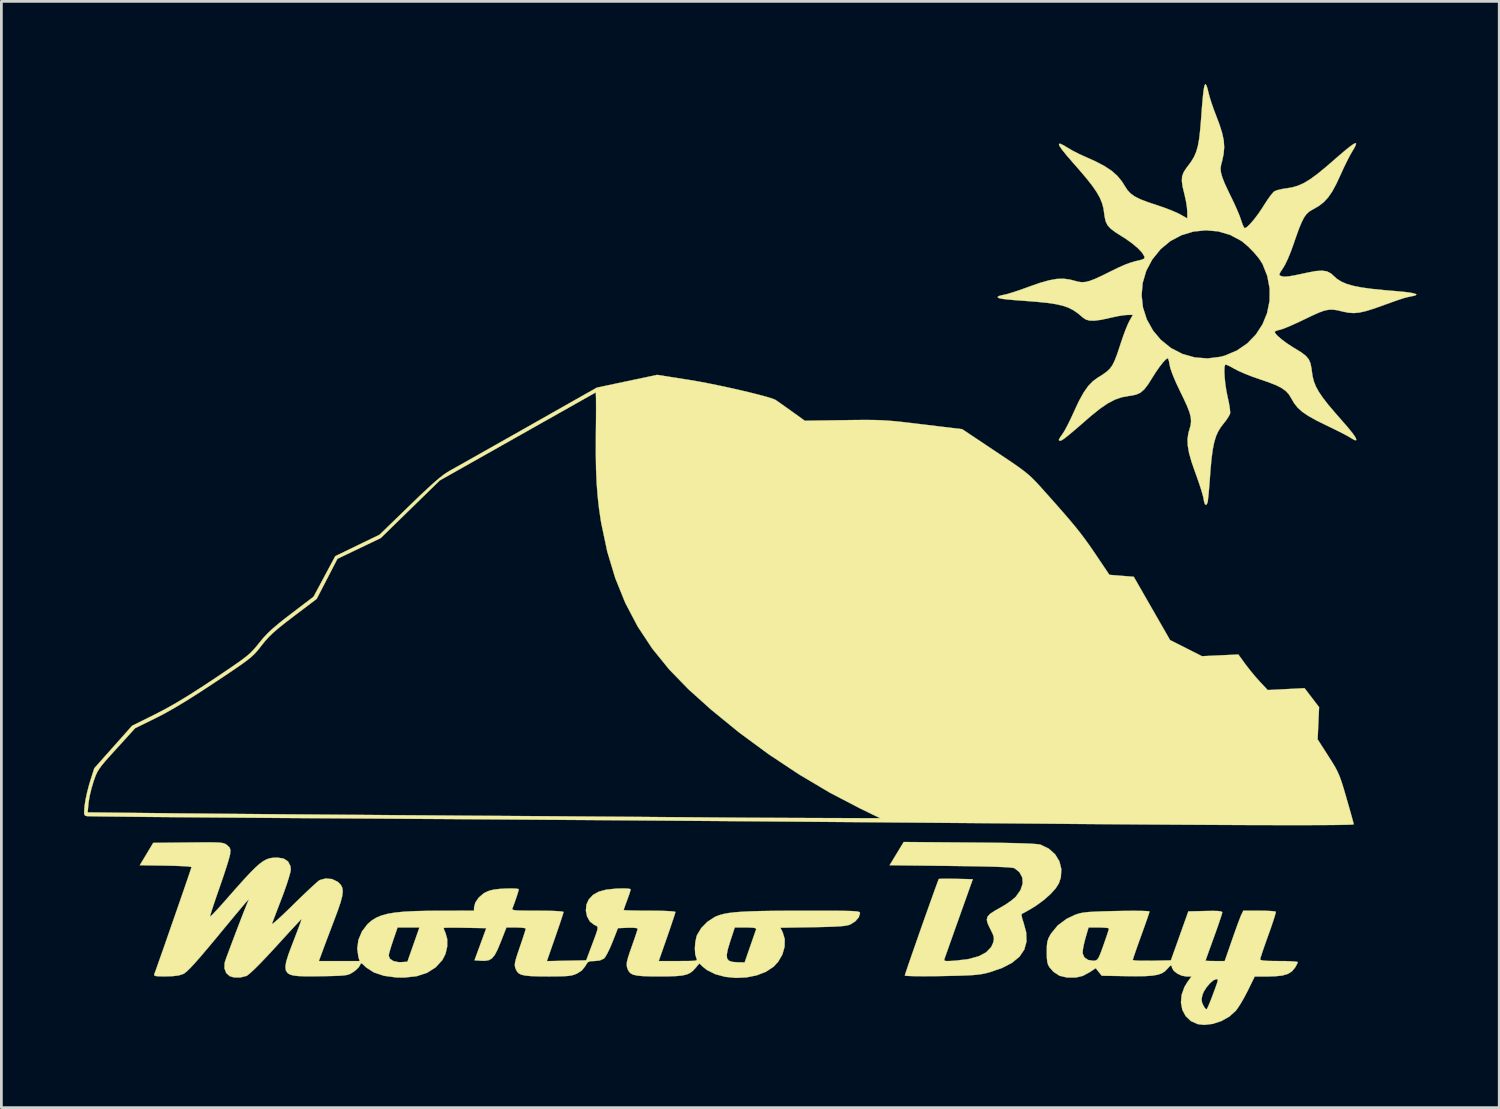
<source format=kicad_pcb>
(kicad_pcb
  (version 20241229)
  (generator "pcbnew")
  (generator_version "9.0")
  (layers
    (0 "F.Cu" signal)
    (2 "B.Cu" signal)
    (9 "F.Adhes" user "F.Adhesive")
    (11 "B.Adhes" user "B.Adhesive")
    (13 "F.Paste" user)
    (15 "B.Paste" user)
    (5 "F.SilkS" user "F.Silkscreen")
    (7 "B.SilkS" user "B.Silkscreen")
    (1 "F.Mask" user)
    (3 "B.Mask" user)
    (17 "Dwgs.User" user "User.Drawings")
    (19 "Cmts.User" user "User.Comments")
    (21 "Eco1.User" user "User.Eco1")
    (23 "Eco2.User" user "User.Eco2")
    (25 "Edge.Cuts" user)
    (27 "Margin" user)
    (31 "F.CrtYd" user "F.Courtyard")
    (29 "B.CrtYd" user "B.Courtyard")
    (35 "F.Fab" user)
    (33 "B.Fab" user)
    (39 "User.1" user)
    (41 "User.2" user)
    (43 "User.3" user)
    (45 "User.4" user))
  (footprint "Logo"
    (layer "F.Cu")
    (at 23.667 17.074)
    (property "Reference" "Logo" (at 0 0 0) (layer "F.SilkS") (effects (font (size 1.524 1.524) (thickness 0.3))))
    (attr through_hole)
    (fp_poly (pts (xy 8.502 10.478) (xy 9.136 10.483) (xy 9.673 10.49) (xy 10.117 10.499) (xy 10.473 10.509) (xy 10.745 10.521) (xy 10.937 10.535) (xy 11.054 10.55) (xy 11.08 10.557) (xy 11.379 10.702) (xy 11.609 10.908) (xy 11.762 11.16) (xy 11.833 11.443) (xy 11.815 11.744) (xy 11.742 11.964) (xy 11.624 12.148) (xy 11.434 12.356) (xy 11.193 12.569) (xy 10.92 12.769) (xy 10.768 12.864) (xy 10.604 12.959) (xy 10.473 13.032) (xy 10.4 13.069) (xy 10.396 13.07) (xy 10.387 13.122) (xy 10.412 13.24) (xy 10.457 13.377) (xy 10.558 13.747) (xy 10.568 14.077) (xy 10.486 14.369) (xy 10.311 14.626) (xy 10.042 14.847) (xy 9.678 15.036) (xy 9.219 15.193) (xy 9.214 15.194) (xy 9.079 15.229) (xy 8.943 15.256) (xy 8.79 15.277) (xy 8.606 15.294) (xy 8.375 15.306) (xy 8.081 15.316) (xy 7.708 15.324) (xy 7.48 15.329) (xy 7.124 15.334) (xy 6.804 15.335) (xy 6.533 15.333) (xy 6.324 15.327) (xy 6.191 15.319) (xy 6.147 15.309) (xy 6.163 15.253) (xy 6.209 15.114) (xy 6.28 14.906) (xy 6.371 14.643) (xy 6.477 14.337) (xy 6.595 14.001) (xy 6.718 13.648) (xy 6.844 13.292) (xy 6.967 12.946) (xy 7.082 12.623) (xy 7.185 12.336) (xy 7.271 12.098) (xy 7.335 11.922) (xy 7.374 11.821) (xy 7.383 11.803) (xy 7.438 11.796) (xy 7.575 11.793) (xy 7.772 11.793) (xy 8.009 11.797) (xy 8.01 11.797) (xy 8.617 11.811) (xy 8.119 13.208) (xy 7.991 13.568) (xy 7.873 13.901) (xy 7.769 14.193) (xy 7.685 14.431) (xy 7.624 14.602) (xy 7.592 14.694) (xy 7.59 14.702) (xy 7.58 14.747) (xy 7.602 14.774) (xy 7.671 14.784) (xy 7.807 14.78) (xy 8.016 14.766) (xy 8.471 14.709) (xy 8.833 14.608) (xy 9.104 14.464) (xy 9.284 14.276) (xy 9.353 14.125) (xy 9.38 14.012) (xy 9.379 13.916) (xy 9.343 13.803) (xy 9.264 13.641) (xy 9.248 13.611) (xy 9.16 13.425) (xy 9.125 13.285) (xy 9.151 13.172) (xy 9.247 13.067) (xy 9.422 12.952) (xy 9.597 12.855) (xy 9.807 12.731) (xy 10.003 12.596) (xy 10.151 12.474) (xy 10.184 12.441) (xy 10.351 12.203) (xy 10.428 11.969) (xy 10.415 11.749) (xy 10.312 11.557) (xy 10.135 11.413) (xy 10.066 11.396) (xy 9.917 11.381) (xy 9.683 11.368) (xy 9.363 11.356) (xy 8.952 11.346) (xy 8.446 11.337) (xy 7.842 11.329) (xy 7.814 11.328) (xy 5.595 11.303) (xy 5.851 10.881) (xy 6.107 10.459) (xy 8.502 10.478)) (stroke (width 0.01) (type solid)) (fill yes) (layer "F.SilkS"))
    (fp_poly (pts (xy 19.255 12.957) (xy 19.446 12.966) (xy 19.576 12.978) (xy 19.624 12.992) (xy 19.614 13.05) (xy 19.574 13.187) (xy 19.51 13.386) (xy 19.426 13.632) (xy 19.35 13.843) (xy 19.253 14.115) (xy 19.169 14.356) (xy 19.104 14.549) (xy 19.064 14.677) (xy 19.053 14.719) (xy 19.078 14.746) (xy 19.165 14.765) (xy 19.324 14.777) (xy 19.567 14.782) (xy 19.736 14.783) (xy 19.986 14.785) (xy 20.196 14.793) (xy 20.346 14.804) (xy 20.418 14.817) (xy 20.421 14.821) (xy 20.397 14.886) (xy 20.338 14.996) (xy 20.326 15.015) (xy 20.214 15.154) (xy 20.065 15.249) (xy 19.862 15.309) (xy 19.587 15.337) (xy 19.365 15.342) (xy 18.858 15.342) (xy 18.603 15.862) (xy 18.48 16.098) (xy 18.351 16.323) (xy 18.232 16.506) (xy 18.164 16.596) (xy 17.932 16.802) (xy 17.646 16.962) (xy 17.334 17.065) (xy 17.025 17.102) (xy 16.789 17.075) (xy 16.538 16.963) (xy 16.35 16.785) (xy 16.228 16.557) (xy 16.178 16.293) (xy 16.189 16.157) (xy 16.927 16.157) (xy 16.94 16.279) (xy 16.987 16.392) (xy 17.051 16.497) (xy 17.104 16.536) (xy 17.116 16.53) (xy 17.15 16.466) (xy 17.21 16.328) (xy 17.285 16.14) (xy 17.342 15.988) (xy 17.429 15.753) (xy 17.484 15.598) (xy 17.512 15.506) (xy 17.514 15.46) (xy 17.495 15.444) (xy 17.458 15.443) (xy 17.451 15.443) (xy 17.353 15.484) (xy 17.232 15.59) (xy 17.109 15.734) (xy 17.009 15.891) (xy 16.961 16.003) (xy 16.927 16.157) (xy 16.189 16.157) (xy 16.202 16.01) (xy 16.305 15.723) (xy 16.412 15.547) (xy 16.561 15.342) (xy 16.362 15.342) (xy 16.202 15.312) (xy 16.044 15.238) (xy 15.917 15.137) (xy 15.853 15.032) (xy 15.85 15.007) (xy 15.831 14.942) (xy 15.774 14.966) (xy 15.691 15.058) (xy 15.599 15.154) (xy 15.486 15.227) (xy 15.337 15.279) (xy 15.139 15.313) (xy 14.877 15.331) (xy 14.538 15.335) (xy 14.228 15.332) (xy 13.3 15.316) (xy 13.19 15.179) (xy 13.081 15.041) (xy 12.859 15.19) (xy 12.614 15.322) (xy 12.359 15.383) (xy 12.058 15.383) (xy 12.033 15.38) (xy 11.766 15.317) (xy 11.547 15.174) (xy 11.408 15.017) (xy 11.353 14.924) (xy 11.321 14.81) (xy 11.306 14.645) (xy 11.304 14.49) (xy 12.606 14.49) (xy 12.607 14.507) (xy 12.67 14.65) (xy 12.805 14.743) (xy 12.992 14.773) (xy 13.023 14.771) (xy 13.088 14.759) (xy 13.14 14.726) (xy 13.188 14.656) (xy 13.244 14.532) (xy 13.317 14.337) (xy 13.366 14.199) (xy 13.443 13.976) (xy 13.507 13.788) (xy 13.549 13.656) (xy 13.563 13.602) (xy 13.517 13.583) (xy 13.394 13.57) (xy 13.22 13.564) (xy 13.192 13.564) (xy 12.821 13.564) (xy 12.705 13.962) (xy 12.653 14.17) (xy 12.617 14.357) (xy 12.606 14.49) (xy 11.304 14.49) (xy 11.303 14.457) (xy 11.307 14.238) (xy 11.324 14.085) (xy 11.362 13.962) (xy 11.43 13.834) (xy 11.456 13.79) (xy 11.702 13.489) (xy 12.027 13.248) (xy 12.33 13.105) (xy 12.433 13.069) (xy 12.54 13.04) (xy 12.666 13.019) (xy 12.826 13.002) (xy 13.035 12.99) (xy 13.309 12.979) (xy 13.663 12.97) (xy 13.83 12.966) (xy 14.187 12.96) (xy 14.496 12.959) (xy 14.747 12.961) (xy 14.926 12.968) (xy 15.023 12.978) (xy 15.036 12.985) (xy 15.019 13.045) (xy 14.973 13.185) (xy 14.902 13.387) (xy 14.814 13.635) (xy 14.731 13.866) (xy 14.632 14.14) (xy 14.547 14.381) (xy 14.481 14.573) (xy 14.439 14.7) (xy 14.427 14.744) (xy 14.475 14.758) (xy 14.606 14.768) (xy 14.801 14.773) (xy 15.043 14.773) (xy 15.119 14.772) (xy 15.812 14.757) (xy 16.446 12.979) (xy 17.062 12.965) (xy 17.333 12.961) (xy 17.516 12.965) (xy 17.625 12.978) (xy 17.673 13.001) (xy 17.678 13.017) (xy 17.662 13.084) (xy 17.615 13.23) (xy 17.545 13.438) (xy 17.457 13.69) (xy 17.374 13.92) (xy 17.276 14.192) (xy 17.19 14.428) (xy 17.124 14.614) (xy 17.082 14.733) (xy 17.069 14.77) (xy 17.116 14.776) (xy 17.237 14.781) (xy 17.409 14.783) (xy 17.418 14.783) (xy 17.767 14.783) (xy 18.036 14.008) (xy 18.132 13.734) (xy 18.222 13.484) (xy 18.299 13.278) (xy 18.354 13.137) (xy 18.374 13.094) (xy 18.443 12.954) (xy 19.023 12.954) (xy 19.255 12.957)) (stroke (width 0.01) (type solid)) (fill yes) (layer "F.SilkS"))
    (fp_poly (pts (xy -1.692 -6.326) (xy -1.376 -6.273) (xy -1.02 -6.206) (xy -0.639 -6.129) (xy -0.249 -6.046) (xy 0.135 -5.959) (xy 0.498 -5.874) (xy 0.825 -5.792) (xy 1.1 -5.719) (xy 1.308 -5.656) (xy 1.434 -5.608) (xy 1.445 -5.602) (xy 1.505 -5.562) (xy 1.63 -5.475) (xy 1.8 -5.354) (xy 2 -5.212) (xy 2.007 -5.207) (xy 2.515 -4.842) (xy 3.937 -4.863) (xy 4.361 -4.869) (xy 4.708 -4.871) (xy 5.001 -4.869) (xy 5.263 -4.862) (xy 5.517 -4.847) (xy 5.785 -4.825) (xy 6.091 -4.793) (xy 6.457 -4.75) (xy 6.796 -4.709) (xy 8.232 -4.535) (xy 9.437 -3.731) (xy 9.789 -3.496) (xy 10.069 -3.307) (xy 10.293 -3.151) (xy 10.473 -3.017) (xy 10.624 -2.895) (xy 10.76 -2.772) (xy 10.893 -2.638) (xy 11.039 -2.482) (xy 11.21 -2.291) (xy 11.252 -2.244) (xy 11.601 -1.852) (xy 11.892 -1.521) (xy 12.136 -1.238) (xy 12.342 -0.991) (xy 12.521 -0.766) (xy 12.684 -0.551) (xy 12.843 -0.331) (xy 13.006 -0.095) (xy 13.086 0.023) (xy 13.578 0.755) (xy 14.02 0.79) (xy 14.463 0.825) (xy 15.122 1.974) (xy 15.782 3.124) (xy 16.942 3.71) (xy 17.602 3.679) (xy 18.263 3.649) (xy 18.515 3.996) (xy 18.681 4.212) (xy 18.872 4.443) (xy 19.048 4.641) (xy 19.049 4.642) (xy 19.329 4.94) (xy 19.999 4.906) (xy 20.668 4.872) (xy 20.931 5.217) (xy 21.195 5.563) (xy 21.142 6.731) (xy 21.533 7.341) (xy 21.673 7.562) (xy 21.782 7.743) (xy 21.867 7.907) (xy 21.941 8.077) (xy 22.012 8.275) (xy 22.09 8.525) (xy 22.185 8.849) (xy 22.189 8.865) (xy 22.272 9.154) (xy 22.345 9.41) (xy 22.402 9.617) (xy 22.44 9.758) (xy 22.454 9.817) (xy 22.454 9.817) (xy 22.403 9.825) (xy 22.253 9.832) (xy 22.006 9.837) (xy 21.663 9.842) (xy 21.227 9.844) (xy 20.7 9.846) (xy 20.083 9.846) (xy 19.38 9.845) (xy 18.591 9.843) (xy 17.72 9.839) (xy 16.768 9.834) (xy 15.737 9.828) (xy 14.63 9.821) (xy 13.448 9.812) (xy 12.193 9.802) (xy 11.913 9.799) (xy 9.979 9.783) (xy 8.14 9.768) (xy 6.388 9.754) (xy 4.717 9.74) (xy 3.119 9.727) (xy 1.586 9.715) (xy 0.113 9.703) (xy -1.309 9.692) (xy -2.686 9.682) (xy -4.026 9.672) (xy -5.335 9.662) (xy -6.621 9.653) (xy -7.891 9.644) (xy -9.152 9.635) (xy -10.411 9.626) (xy -11.675 9.618) (xy -12.952 9.609) (xy -14.248 9.601) (xy -14.707 9.598) (xy -15.643 9.592) (xy -16.552 9.586) (xy -17.43 9.579) (xy -18.27 9.573) (xy -19.068 9.567) (xy -19.819 9.561) (xy -20.516 9.555) (xy -21.155 9.55) (xy -21.731 9.544) (xy -22.238 9.539) (xy -22.671 9.534) (xy -23.025 9.53) (xy -23.293 9.526) (xy -23.472 9.523) (xy -23.556 9.52) (xy -23.561 9.519) (xy -23.622 9.502) (xy -23.654 9.464) (xy -23.662 9.383) (xy -23.534 9.383) (xy -20.492 9.416) (xy -20.076 9.421) (xy -19.567 9.425) (xy -18.974 9.431) (xy -18.306 9.437) (xy -17.572 9.443) (xy -16.78 9.45) (xy -15.939 9.456) (xy -15.059 9.463) (xy -14.148 9.47) (xy -13.214 9.477) (xy -12.267 9.485) (xy -11.316 9.491) (xy -10.369 9.498) (xy -9.728 9.503) (xy -8.83 9.509) (xy -7.948 9.515) (xy -7.087 9.521) (xy -6.255 9.527) (xy -5.459 9.533) (xy -4.703 9.538) (xy -3.997 9.543) (xy -3.345 9.548) (xy -2.754 9.553) (xy -2.232 9.557) (xy -1.784 9.56) (xy -1.417 9.563) (xy -1.138 9.565) (xy -0.953 9.567) (xy -0.94 9.567) (xy -0.668 9.569) (xy -0.31 9.572) (xy 0.118 9.575) (xy 0.601 9.578) (xy 1.123 9.58) (xy 1.667 9.583) (xy 2.22 9.585) (xy 2.692 9.587) (xy 5.258 9.596) (xy 4.547 9.252) (xy 3.433 8.672) (xy 2.312 8.007) (xy 1.203 7.272) (xy 0.127 6.48) (xy -0.897 5.644) (xy -1.708 4.914) (xy -2.412 4.19) (xy -3.028 3.43) (xy -3.557 2.629) (xy -4.003 1.78) (xy -4.369 0.876) (xy -4.66 -0.088) (xy -4.878 -1.12) (xy -4.895 -1.219) (xy -4.96 -1.661) (xy -5.009 -2.105) (xy -5.045 -2.571) (xy -5.067 -3.076) (xy -5.076 -3.641) (xy -5.074 -4.283) (xy -5.073 -4.433) (xy -5.069 -4.805) (xy -5.067 -5.14) (xy -5.067 -5.426) (xy -5.069 -5.652) (xy -5.073 -5.803) (xy -5.078 -5.868) (xy -5.08 -5.87) (xy -5.127 -5.843) (xy -5.256 -5.771) (xy -5.458 -5.657) (xy -5.726 -5.506) (xy -6.052 -5.322) (xy -6.429 -5.109) (xy -6.85 -4.872) (xy -7.307 -4.614) (xy -7.792 -4.34) (xy -7.925 -4.265) (xy -10.744 -2.674) (xy -11.816 -1.628) (xy -12.888 -0.581) (xy -14.462 0.173) (xy -14.838 0.901) (xy -15.215 1.629) (xy -16.053 2.263) (xy -16.363 2.5) (xy -16.605 2.694) (xy -16.797 2.86) (xy -16.953 3.011) (xy -17.089 3.162) (xy -17.221 3.326) (xy -17.315 3.446) (xy -17.401 3.549) (xy -17.49 3.644) (xy -17.594 3.74) (xy -17.722 3.844) (xy -17.886 3.966) (xy -18.096 4.113) (xy -18.364 4.295) (xy -18.699 4.519) (xy -18.923 4.668) (xy -19.48 5.033) (xy -19.968 5.342) (xy -20.396 5.598) (xy -20.774 5.81) (xy -21.051 5.952) (xy -21.808 6.324) (xy -22.489 7.073) (xy -22.723 7.33) (xy -22.899 7.529) (xy -23.027 7.684) (xy -23.12 7.812) (xy -23.189 7.928) (xy -23.243 8.048) (xy -23.294 8.188) (xy -23.321 8.266) (xy -23.395 8.514) (xy -23.458 8.775) (xy -23.497 9.002) (xy -23.502 9.047) (xy -23.534 9.383) (xy -23.662 9.383) (xy -23.662 9.383) (xy -23.653 9.236) (xy -23.643 9.135) (xy -23.61 8.921) (xy -23.553 8.656) (xy -23.482 8.384) (xy -23.45 8.277) (xy -23.292 7.78) (xy -21.92 6.238) (xy -21.082 5.822) (xy -20.706 5.626) (xy -20.31 5.403) (xy -19.879 5.142) (xy -19.397 4.835) (xy -18.948 4.538) (xy -18.581 4.292) (xy -18.286 4.092) (xy -18.054 3.931) (xy -17.872 3.798) (xy -17.729 3.686) (xy -17.614 3.584) (xy -17.516 3.484) (xy -17.422 3.377) (xy -17.322 3.253) (xy -17.305 3.231) (xy -17.156 3.051) (xy -17.001 2.885) (xy -16.824 2.718) (xy -16.606 2.533) (xy -16.332 2.315) (xy -16.141 2.169) (xy -15.327 1.549) (xy -14.933 0.813) (xy -14.539 0.077) (xy -13.734 -0.313) (xy -12.929 -0.703) (xy -11.836 -1.763) (xy -11.485 -2.102) (xy -11.194 -2.375) (xy -10.955 -2.592) (xy -10.759 -2.76) (xy -10.595 -2.887) (xy -10.455 -2.981) (xy -10.389 -3.02) (xy -10.278 -3.082) (xy -10.088 -3.189) (xy -9.828 -3.335) (xy -9.509 -3.515) (xy -9.139 -3.724) (xy -8.727 -3.957) (xy -8.284 -4.207) (xy -7.819 -4.47) (xy -7.535 -4.631) (xy -5.038 -6.045) (xy -2.85 -6.508) (xy -1.692 -6.326)) (stroke (width 0.01) (type solid)) (fill yes) (layer "F.SilkS"))
    (fp_poly (pts (xy 17.102 -17.023) (xy 17.142 -16.906) (xy 17.173 -16.777) (xy 17.219 -16.601) (xy 17.292 -16.368) (xy 17.381 -16.116) (xy 17.433 -15.982) (xy 17.577 -15.6) (xy 17.676 -15.286) (xy 17.733 -15.016) (xy 17.748 -14.769) (xy 17.726 -14.523) (xy 17.668 -14.256) (xy 17.638 -14.148) (xy 17.617 -14.017) (xy 17.629 -13.867) (xy 17.679 -13.683) (xy 17.772 -13.448) (xy 17.912 -13.149) (xy 17.98 -13.011) (xy 18.103 -12.756) (xy 18.216 -12.505) (xy 18.307 -12.285) (xy 18.364 -12.125) (xy 18.364 -12.124) (xy 18.416 -11.971) (xy 18.465 -11.866) (xy 18.495 -11.836) (xy 18.573 -11.877) (xy 18.691 -11.989) (xy 18.835 -12.157) (xy 18.991 -12.364) (xy 19.147 -12.595) (xy 19.193 -12.67) (xy 19.319 -12.864) (xy 19.438 -13.029) (xy 19.534 -13.143) (xy 19.573 -13.177) (xy 19.685 -13.221) (xy 19.854 -13.26) (xy 19.986 -13.28) (xy 20.216 -13.317) (xy 20.433 -13.381) (xy 20.652 -13.48) (xy 20.887 -13.624) (xy 21.153 -13.821) (xy 21.467 -14.079) (xy 21.654 -14.241) (xy 21.947 -14.496) (xy 22.173 -14.687) (xy 22.339 -14.818) (xy 22.451 -14.895) (xy 22.517 -14.924) (xy 22.538 -14.919) (xy 22.529 -14.863) (xy 22.475 -14.751) (xy 22.406 -14.636) (xy 22.319 -14.485) (xy 22.209 -14.272) (xy 22.089 -14.026) (xy 21.994 -13.818) (xy 21.826 -13.455) (xy 21.674 -13.172) (xy 21.524 -12.953) (xy 21.364 -12.781) (xy 21.18 -12.639) (xy 20.958 -12.511) (xy 20.941 -12.503) (xy 20.831 -12.435) (xy 20.735 -12.344) (xy 20.645 -12.216) (xy 20.555 -12.039) (xy 20.457 -11.798) (xy 20.343 -11.479) (xy 20.274 -11.278) (xy 20.172 -10.994) (xy 20.064 -10.73) (xy 19.96 -10.513) (xy 19.888 -10.389) (xy 19.794 -10.248) (xy 19.754 -10.168) (xy 19.761 -10.126) (xy 19.81 -10.1) (xy 19.821 -10.096) (xy 19.89 -10.079) (xy 19.982 -10.076) (xy 20.111 -10.089) (xy 20.296 -10.121) (xy 20.553 -10.174) (xy 20.763 -10.22) (xy 21.07 -10.278) (xy 21.302 -10.294) (xy 21.48 -10.267) (xy 21.623 -10.194) (xy 21.713 -10.113) (xy 21.845 -9.995) (xy 22.003 -9.895) (xy 22.196 -9.812) (xy 22.437 -9.742) (xy 22.737 -9.683) (xy 23.107 -9.632) (xy 23.559 -9.586) (xy 23.975 -9.551) (xy 24.291 -9.522) (xy 24.526 -9.491) (xy 24.674 -9.459) (xy 24.732 -9.427) (xy 24.696 -9.395) (xy 24.633 -9.379) (xy 24.488 -9.348) (xy 24.364 -9.322) (xy 24.263 -9.293) (xy 24.089 -9.236) (xy 23.865 -9.158) (xy 23.612 -9.067) (xy 23.545 -9.042) (xy 23.185 -8.914) (xy 22.897 -8.825) (xy 22.662 -8.772) (xy 22.459 -8.753) (xy 22.27 -8.765) (xy 22.074 -8.803) (xy 22.052 -8.808) (xy 21.857 -8.855) (xy 21.694 -8.878) (xy 21.542 -8.874) (xy 21.38 -8.84) (xy 21.188 -8.77) (xy 20.944 -8.66) (xy 20.687 -8.537) (xy 20.425 -8.412) (xy 20.181 -8.302) (xy 19.976 -8.216) (xy 19.831 -8.162) (xy 19.786 -8.15) (xy 19.661 -8.118) (xy 19.587 -8.082) (xy 19.583 -8.077) (xy 19.602 -8.018) (xy 19.692 -7.919) (xy 19.837 -7.795) (xy 20.021 -7.658) (xy 20.228 -7.522) (xy 20.301 -7.478) (xy 20.544 -7.329) (xy 20.711 -7.201) (xy 20.819 -7.073) (xy 20.883 -6.925) (xy 20.92 -6.736) (xy 20.929 -6.662) (xy 20.959 -6.456) (xy 21.007 -6.268) (xy 21.08 -6.083) (xy 21.187 -5.889) (xy 21.335 -5.672) (xy 21.532 -5.419) (xy 21.788 -5.118) (xy 22.025 -4.847) (xy 22.257 -4.58) (xy 22.419 -4.379) (xy 22.515 -4.239) (xy 22.547 -4.155) (xy 22.54 -4.133) (xy 22.484 -4.14) (xy 22.383 -4.195) (xy 22.358 -4.212) (xy 22.261 -4.27) (xy 22.091 -4.362) (xy 21.868 -4.475) (xy 21.612 -4.601) (xy 21.454 -4.677) (xy 21.089 -4.857) (xy 20.806 -5.016) (xy 20.588 -5.163) (xy 20.422 -5.311) (xy 20.293 -5.472) (xy 20.188 -5.651) (xy 20.099 -5.798) (xy 19.986 -5.921) (xy 19.835 -6.03) (xy 19.63 -6.134) (xy 19.356 -6.241) (xy 19.044 -6.348) (xy 18.771 -6.443) (xy 18.504 -6.548) (xy 18.273 -6.649) (xy 18.109 -6.734) (xy 17.958 -6.818) (xy 17.841 -6.871) (xy 17.785 -6.88) (xy 17.785 -6.88) (xy 17.761 -6.8) (xy 17.754 -6.642) (xy 17.764 -6.431) (xy 17.788 -6.187) (xy 17.826 -5.935) (xy 17.874 -5.697) (xy 17.875 -5.694) (xy 17.922 -5.474) (xy 17.954 -5.282) (xy 17.965 -5.144) (xy 17.962 -5.102) (xy 17.914 -5.001) (xy 17.821 -4.861) (xy 17.748 -4.768) (xy 17.626 -4.61) (xy 17.527 -4.448) (xy 17.448 -4.269) (xy 17.384 -4.057) (xy 17.333 -3.799) (xy 17.29 -3.48) (xy 17.253 -3.086) (xy 17.223 -2.684) (xy 17.202 -2.414) (xy 17.181 -2.176) (xy 17.161 -1.991) (xy 17.145 -1.879) (xy 17.14 -1.859) (xy 17.093 -1.784) (xy 17.05 -1.808) (xy 17.013 -1.928) (xy 17.001 -2.002) (xy 16.972 -2.131) (xy 16.914 -2.331) (xy 16.834 -2.576) (xy 16.74 -2.844) (xy 16.709 -2.929) (xy 16.568 -3.331) (xy 16.474 -3.66) (xy 16.425 -3.936) (xy 16.416 -4.174) (xy 16.448 -4.392) (xy 16.484 -4.519) (xy 16.528 -4.675) (xy 16.545 -4.822) (xy 16.532 -4.977) (xy 16.485 -5.156) (xy 16.399 -5.378) (xy 16.27 -5.659) (xy 16.155 -5.894) (xy 15.995 -6.232) (xy 15.874 -6.519) (xy 15.795 -6.743) (xy 15.768 -6.861) (xy 15.742 -7.005) (xy 15.712 -7.096) (xy 15.696 -7.112) (xy 15.629 -7.071) (xy 15.524 -6.96) (xy 15.396 -6.796) (xy 15.258 -6.597) (xy 15.142 -6.413) (xy 14.981 -6.157) (xy 14.842 -5.978) (xy 14.705 -5.861) (xy 14.551 -5.791) (xy 14.358 -5.75) (xy 14.286 -5.742) (xy 14.027 -5.695) (xy 13.777 -5.608) (xy 13.518 -5.472) (xy 13.235 -5.278) (xy 12.909 -5.016) (xy 12.795 -4.917) (xy 12.493 -4.654) (xy 12.258 -4.453) (xy 12.081 -4.305) (xy 11.953 -4.205) (xy 11.866 -4.145) (xy 11.811 -4.118) (xy 11.793 -4.115) (xy 11.747 -4.124) (xy 11.746 -4.162) (xy 11.797 -4.249) (xy 11.882 -4.37) (xy 11.96 -4.496) (xy 12.064 -4.69) (xy 12.179 -4.925) (xy 12.291 -5.169) (xy 12.473 -5.56) (xy 12.643 -5.866) (xy 12.808 -6.101) (xy 12.981 -6.279) (xy 13.147 -6.401) (xy 13.338 -6.521) (xy 13.484 -6.627) (xy 13.597 -6.734) (xy 13.689 -6.863) (xy 13.771 -7.029) (xy 13.856 -7.25) (xy 13.955 -7.545) (xy 13.996 -7.672) (xy 14.082 -7.924) (xy 14.171 -8.163) (xy 14.253 -8.359) (xy 14.308 -8.471) (xy 14.431 -8.687) (xy 14.239 -8.686) (xy 14.099 -8.674) (xy 13.898 -8.642) (xy 13.674 -8.595) (xy 13.614 -8.581) (xy 13.289 -8.51) (xy 13.041 -8.476) (xy 12.855 -8.48) (xy 12.714 -8.522) (xy 12.61 -8.594) (xy 12.441 -8.738) (xy 12.274 -8.854) (xy 12.094 -8.947) (xy 11.885 -9.019) (xy 11.632 -9.077) (xy 11.322 -9.123) (xy 10.939 -9.162) (xy 10.49 -9.197) (xy 10.137 -9.223) (xy 9.874 -9.247) (xy 9.692 -9.269) (xy 9.58 -9.292) (xy 9.527 -9.316) (xy 9.523 -9.344) (xy 9.524 -9.346) (xy 9.585 -9.378) (xy 9.676 -9.401) (xy 14.748 -9.401) (xy 14.798 -8.955) (xy 14.937 -8.522) (xy 15.166 -8.114) (xy 15.445 -7.782) (xy 15.813 -7.484) (xy 16.229 -7.269) (xy 16.678 -7.142) (xy 17.143 -7.105) (xy 17.611 -7.164) (xy 17.775 -7.208) (xy 18.211 -7.393) (xy 18.587 -7.652) (xy 18.898 -7.973) (xy 19.14 -8.344) (xy 19.307 -8.754) (xy 19.395 -9.191) (xy 19.399 -9.643) (xy 19.314 -10.098) (xy 19.141 -10.536) (xy 19.016 -10.73) (xy 18.835 -10.949) (xy 18.625 -11.163) (xy 18.416 -11.341) (xy 18.364 -11.378) (xy 17.962 -11.593) (xy 17.529 -11.72) (xy 17.081 -11.759) (xy 16.632 -11.713) (xy 16.199 -11.582) (xy 15.797 -11.37) (xy 15.443 -11.078) (xy 15.135 -10.699) (xy 14.917 -10.286) (xy 14.788 -9.849) (xy 14.748 -9.401) (xy 9.676 -9.401) (xy 9.708 -9.409) (xy 9.755 -9.418) (xy 9.878 -9.447) (xy 10.072 -9.506) (xy 10.312 -9.586) (xy 10.577 -9.68) (xy 10.658 -9.71) (xy 11.058 -9.85) (xy 11.388 -9.943) (xy 11.667 -9.993) (xy 11.913 -10.001) (xy 12.145 -9.97) (xy 12.296 -9.931) (xy 12.445 -9.891) (xy 12.579 -9.874) (xy 12.716 -9.883) (xy 12.873 -9.924) (xy 13.067 -9.999) (xy 13.318 -10.115) (xy 13.616 -10.263) (xy 13.898 -10.401) (xy 14.121 -10.501) (xy 14.316 -10.575) (xy 14.514 -10.634) (xy 14.743 -10.689) (xy 14.841 -10.729) (xy 14.854 -10.796) (xy 14.85 -10.808) (xy 14.765 -10.948) (xy 14.604 -11.118) (xy 14.383 -11.301) (xy 14.12 -11.485) (xy 14.035 -11.537) (xy 13.789 -11.694) (xy 13.618 -11.825) (xy 13.507 -11.95) (xy 13.441 -12.089) (xy 13.404 -12.261) (xy 13.393 -12.35) (xy 13.363 -12.556) (xy 13.311 -12.749) (xy 13.231 -12.943) (xy 13.114 -13.149) (xy 12.954 -13.381) (xy 12.741 -13.651) (xy 12.469 -13.971) (xy 12.265 -14.203) (xy 12.027 -14.478) (xy 11.861 -14.684) (xy 11.767 -14.822) (xy 11.745 -14.895) (xy 11.794 -14.903) (xy 11.914 -14.847) (xy 12.049 -14.765) (xy 12.252 -14.647) (xy 12.489 -14.526) (xy 12.652 -14.452) (xy 13.067 -14.266) (xy 13.399 -14.093) (xy 13.66 -13.92) (xy 13.866 -13.738) (xy 14.032 -13.536) (xy 14.134 -13.373) (xy 14.232 -13.222) (xy 14.347 -13.098) (xy 14.495 -12.991) (xy 14.694 -12.89) (xy 14.96 -12.787) (xy 15.291 -12.677) (xy 15.551 -12.589) (xy 15.804 -12.493) (xy 16.019 -12.402) (xy 16.142 -12.341) (xy 16.408 -12.191) (xy 16.408 -12.433) (xy 16.394 -12.606) (xy 16.358 -12.828) (xy 16.308 -13.052) (xy 16.307 -13.056) (xy 16.239 -13.339) (xy 16.21 -13.551) (xy 16.22 -13.719) (xy 16.274 -13.867) (xy 16.373 -14.02) (xy 16.413 -14.071) (xy 16.545 -14.249) (xy 16.649 -14.42) (xy 16.729 -14.602) (xy 16.79 -14.813) (xy 16.837 -15.068) (xy 16.874 -15.387) (xy 16.908 -15.787) (xy 16.914 -15.875) (xy 16.944 -16.272) (xy 16.971 -16.578) (xy 16.995 -16.8) (xy 17.018 -16.95) (xy 17.041 -17.036) (xy 17.066 -17.068) (xy 17.071 -17.069) (xy 17.102 -17.023)) (stroke (width 0.01) (type solid)) (fill yes) (layer "F.SilkS"))
    (fp_poly (pts (xy -18.956 10.473) (xy -18.79 10.478) (xy -18.673 10.488) (xy -18.593 10.505) (xy -18.536 10.527) (xy -18.489 10.558) (xy -18.468 10.574) (xy -18.378 10.659) (xy -18.346 10.75) (xy -18.357 10.892) (xy -18.357 10.892) (xy -18.382 11.002) (xy -18.437 11.19) (xy -18.515 11.438) (xy -18.61 11.727) (xy -18.718 12.04) (xy -18.744 12.115) (xy -18.849 12.418) (xy -18.941 12.688) (xy -19.015 12.911) (xy -19.065 13.073) (xy -19.088 13.158) (xy -19.088 13.167) (xy -19.053 13.143) (xy -18.962 13.053) (xy -18.826 12.909) (xy -18.657 12.723) (xy -18.491 12.535) (xy -18.155 12.153) (xy -17.876 11.841) (xy -17.645 11.592) (xy -17.454 11.399) (xy -17.294 11.256) (xy -17.155 11.154) (xy -17.03 11.087) (xy -16.91 11.048) (xy -16.786 11.03) (xy -16.649 11.025) (xy -16.647 11.025) (xy -16.417 11.06) (xy -16.255 11.165) (xy -16.168 11.334) (xy -16.154 11.455) (xy -16.172 11.563) (xy -16.223 11.746) (xy -16.299 11.986) (xy -16.396 12.263) (xy -16.479 12.486) (xy -16.587 12.767) (xy -16.684 13.02) (xy -16.763 13.229) (xy -16.819 13.375) (xy -16.842 13.437) (xy -16.818 13.432) (xy -16.733 13.364) (xy -16.594 13.241) (xy -16.412 13.071) (xy -16.195 12.863) (xy -16.047 12.718) (xy -15.803 12.48) (xy -15.577 12.264) (xy -15.382 12.081) (xy -15.229 11.943) (xy -15.13 11.859) (xy -15.104 11.842) (xy -14.885 11.783) (xy -14.655 11.806) (xy -14.451 11.904) (xy -14.421 11.929) (xy -14.335 12.021) (xy -14.283 12.125) (xy -14.267 12.255) (xy -14.287 12.423) (xy -14.345 12.645) (xy -14.443 12.935) (xy -14.554 13.233) (xy -14.667 13.531) (xy -14.781 13.832) (xy -14.885 14.106) (xy -14.967 14.326) (xy -14.99 14.389) (xy -15.136 14.783) (xy -13.654 14.783) (xy -13.697 14.643) (xy -13.705 14.589) (xy -12.599 14.589) (xy -12.552 14.701) (xy -12.428 14.783) (xy -12.249 14.822) (xy -12.145 14.823) (xy -11.92 14.808) (xy -11.701 14.186) (xy -11.483 13.564) (xy -12.277 13.564) (xy -12.438 14.034) (xy -12.508 14.245) (xy -12.562 14.426) (xy -12.594 14.552) (xy -12.599 14.589) (xy -13.705 14.589) (xy -13.742 14.333) (xy -13.698 14.013) (xy -13.571 13.709) (xy -13.37 13.444) (xy -13.352 13.427) (xy -13.211 13.307) (xy -13.052 13.209) (xy -12.866 13.13) (xy -12.641 13.068) (xy -12.367 13.022) (xy -12.033 12.989) (xy -11.628 12.969) (xy -11.141 12.958) (xy -10.655 12.955) (xy -9.5 12.954) (xy -9.499 12.84) (xy -9.454 12.662) (xy -9.333 12.483) (xy -9.158 12.331) (xy -9.082 12.286) (xy -8.94 12.226) (xy -8.773 12.186) (xy -8.551 12.161) (xy -8.369 12.151) (xy -8.137 12.146) (xy -7.97 12.152) (xy -7.883 12.168) (xy -7.874 12.178) (xy -7.89 12.248) (xy -7.931 12.382) (xy -7.988 12.551) (xy -8.049 12.724) (xy -8.103 12.865) (xy -8.109 12.896) (xy -8.091 12.919) (xy -8.034 12.935) (xy -7.928 12.945) (xy -7.757 12.951) (xy -7.51 12.953) (xy -7.194 12.954) (xy -6.873 12.956) (xy -6.606 12.963) (xy -6.405 12.974) (xy -6.282 12.988) (xy -6.248 13.001) (xy -6.264 13.063) (xy -6.309 13.203) (xy -6.376 13.407) (xy -6.462 13.659) (xy -6.551 13.917) (xy -6.854 14.786) (xy -6.14 14.771) (xy -5.425 14.757) (xy -5.235 14.249) (xy -5.132 13.976) (xy -5.062 13.783) (xy -5.022 13.655) (xy -5.01 13.575) (xy -5.024 13.529) (xy -5.062 13.5) (xy -5.123 13.474) (xy -5.132 13.469) (xy -5.289 13.349) (xy -5.392 13.167) (xy -5.437 12.952) (xy -5.416 12.731) (xy -5.33 12.542) (xy -5.176 12.379) (xy -4.971 12.264) (xy -4.702 12.191) (xy -4.352 12.153) (xy -4.305 12.151) (xy -4.061 12.145) (xy -3.894 12.152) (xy -3.815 12.171) (xy -3.81 12.18) (xy -3.827 12.25) (xy -3.871 12.386) (xy -3.934 12.559) (xy -3.937 12.568) (xy -4 12.738) (xy -4.045 12.866) (xy -4.064 12.929) (xy -4.064 12.93) (xy -4.016 12.937) (xy -3.882 12.944) (xy -3.678 12.949) (xy -3.42 12.953) (xy -3.124 12.954) (xy -2.822 12.956) (xy -2.562 12.963) (xy -2.359 12.973) (xy -2.228 12.986) (xy -2.184 13) (xy -2.2 13.06) (xy -2.245 13.201) (xy -2.313 13.404) (xy -2.398 13.656) (xy -2.487 13.914) (xy -2.791 14.783) (xy -2.079 14.783) (xy -1.799 14.782) (xy -1.605 14.779) (xy -1.484 14.772) (xy -1.422 14.757) (xy -1.403 14.732) (xy -1.414 14.696) (xy -1.424 14.678) (xy -1.459 14.555) (xy -0.32 14.555) (xy -0.307 14.691) (xy -0.238 14.773) (xy -0.108 14.815) (xy 0.09 14.829) (xy 0.102 14.829) (xy 0.33 14.833) (xy 0.527 14.262) (xy 0.607 14.033) (xy 0.675 13.836) (xy 0.725 13.693) (xy 0.749 13.627) (xy 0.734 13.594) (xy 0.651 13.574) (xy 0.485 13.565) (xy 0.372 13.564) (xy -0.029 13.564) (xy -0.195 14.07) (xy -0.281 14.352) (xy -0.32 14.555) (xy -1.459 14.555) (xy -1.466 14.529) (xy -1.478 14.323) (xy -1.462 14.099) (xy -1.419 13.895) (xy -1.398 13.837) (xy -1.245 13.583) (xy -1.02 13.355) (xy -0.752 13.181) (xy -0.699 13.157) (xy -0.576 13.111) (xy -0.433 13.072) (xy -0.26 13.04) (xy -0.049 13.014) (xy 0.209 12.994) (xy 0.524 12.978) (xy 0.905 12.967) (xy 1.361 12.96) (xy 1.9 12.956) (xy 2.477 12.955) (xy 2.987 12.955) (xy 3.404 12.956) (xy 3.739 12.957) (xy 3.999 12.961) (xy 4.194 12.966) (xy 4.334 12.974) (xy 4.428 12.984) (xy 4.484 12.998) (xy 4.512 13.015) (xy 4.521 13.036) (xy 4.521 13.044) (xy 4.475 13.194) (xy 4.352 13.338) (xy 4.175 13.451) (xy 4.172 13.453) (xy 4.09 13.481) (xy 3.975 13.503) (xy 3.814 13.52) (xy 3.595 13.533) (xy 3.304 13.543) (xy 2.928 13.552) (xy 2.808 13.554) (xy 1.628 13.573) (xy 1.709 13.73) (xy 1.786 13.984) (xy 1.781 14.265) (xy 1.699 14.549) (xy 1.545 14.813) (xy 1.384 14.987) (xy 1.104 15.173) (xy 0.766 15.303) (xy 0.392 15.377) (xy 0.003 15.395) (xy -0.379 15.356) (xy -0.733 15.261) (xy -1.037 15.11) (xy -1.178 14.999) (xy -1.316 14.87) (xy -1.456 15.037) (xy -1.553 15.141) (xy -1.657 15.219) (xy -1.783 15.274) (xy -1.948 15.31) (xy -2.169 15.33) (xy -2.461 15.34) (xy -2.765 15.342) (xy -3.122 15.339) (xy -3.391 15.329) (xy -3.588 15.309) (xy -3.725 15.276) (xy -3.817 15.226) (xy -3.878 15.158) (xy -3.906 15.105) (xy -3.941 15.014) (xy -3.955 14.923) (xy -3.945 14.811) (xy -3.907 14.66) (xy -3.839 14.45) (xy -3.759 14.224) (xy -3.68 13.998) (xy -3.615 13.806) (xy -3.571 13.669) (xy -3.556 13.608) (xy -3.603 13.585) (xy -3.729 13.573) (xy -3.913 13.574) (xy -3.915 13.574) (xy -4.273 13.589) (xy -4.472 14.097) (xy -4.565 14.316) (xy -4.658 14.506) (xy -4.737 14.643) (xy -4.78 14.694) (xy -4.931 14.762) (xy -5.127 14.783) (xy -5.277 14.789) (xy -5.362 14.822) (xy -5.422 14.902) (xy -5.448 14.954) (xy -5.586 15.128) (xy -5.753 15.234) (xy -5.846 15.274) (xy -5.943 15.303) (xy -6.064 15.323) (xy -6.227 15.334) (xy -6.451 15.34) (xy -6.754 15.342) (xy -6.821 15.342) (xy -7.179 15.339) (xy -7.45 15.329) (xy -7.648 15.309) (xy -7.786 15.277) (xy -7.879 15.228) (xy -7.94 15.161) (xy -7.97 15.105) (xy -8.003 15.024) (xy -8.018 14.946) (xy -8.012 14.851) (xy -7.982 14.721) (xy -7.925 14.537) (xy -7.837 14.278) (xy -7.823 14.237) (xy -7.745 14.007) (xy -7.681 13.812) (xy -7.637 13.672) (xy -7.62 13.607) (xy -7.62 13.606) (xy -7.666 13.585) (xy -7.789 13.57) (xy -7.961 13.564) (xy -7.972 13.564) (xy -8.323 13.564) (xy -8.527 14.084) (xy -8.643 14.364) (xy -8.745 14.56) (xy -8.846 14.684) (xy -8.962 14.752) (xy -9.104 14.775) (xy -9.228 14.773) (xy -9.483 14.757) (xy -9.055 13.589) (xy -9.818 13.575) (xy -10.085 13.571) (xy -10.314 13.57) (xy -10.486 13.572) (xy -10.584 13.576) (xy -10.599 13.579) (xy -10.591 13.632) (xy -10.547 13.738) (xy -10.535 13.763) (xy -10.472 13.989) (xy -10.473 14.254) (xy -10.534 14.519) (xy -10.647 14.744) (xy -10.896 15.015) (xy -11.208 15.212) (xy -11.585 15.334) (xy -12.031 15.383) (xy -12.331 15.378) (xy -12.774 15.318) (xy -13.136 15.197) (xy -13.418 15.015) (xy -13.47 14.965) (xy -13.56 14.88) (xy -13.604 14.862) (xy -13.631 14.908) (xy -13.64 14.934) (xy -13.701 15.025) (xy -13.817 15.132) (xy -13.881 15.178) (xy -13.96 15.228) (xy -14.035 15.265) (xy -14.123 15.29) (xy -14.242 15.307) (xy -14.409 15.318) (xy -14.642 15.326) (xy -14.959 15.333) (xy -14.977 15.333) (xy -15.365 15.339) (xy -15.664 15.337) (xy -15.889 15.328) (xy -16.052 15.309) (xy -16.166 15.28) (xy -16.245 15.238) (xy -16.28 15.209) (xy -16.337 15.117) (xy -16.351 14.986) (xy -16.321 14.803) (xy -16.244 14.554) (xy -16.176 14.368) (xy -16.038 14.009) (xy -15.933 13.734) (xy -15.858 13.533) (xy -15.807 13.396) (xy -15.778 13.311) (xy -15.766 13.269) (xy -15.767 13.259) (xy -15.804 13.295) (xy -15.9 13.396) (xy -16.046 13.553) (xy -16.234 13.756) (xy -16.453 13.996) (xy -16.691 14.257) (xy -16.993 14.584) (xy -17.255 14.859) (xy -17.472 15.076) (xy -17.637 15.229) (xy -17.745 15.313) (xy -17.765 15.324) (xy -17.991 15.381) (xy -18.222 15.377) (xy -18.373 15.332) (xy -18.5 15.219) (xy -18.565 15.048) (xy -18.558 14.85) (xy -18.552 14.826) (xy -18.523 14.738) (xy -18.464 14.575) (xy -18.381 14.354) (xy -18.283 14.092) (xy -18.175 13.807) (xy -18.064 13.516) (xy -17.956 13.236) (xy -17.858 12.984) (xy -17.776 12.778) (xy -17.718 12.634) (xy -17.691 12.573) (xy -17.68 12.548) (xy -17.694 12.555) (xy -17.737 12.599) (xy -17.814 12.686) (xy -17.931 12.823) (xy -18.093 13.016) (xy -18.305 13.271) (xy -18.572 13.593) (xy -18.82 13.894) (xy -19.145 14.284) (xy -19.412 14.599) (xy -19.629 14.846) (xy -19.799 15.03) (xy -19.928 15.156) (xy -20.022 15.231) (xy -20.056 15.251) (xy -20.223 15.305) (xy -20.454 15.333) (xy -20.694 15.34) (xy -20.909 15.339) (xy -21.04 15.331) (xy -21.104 15.312) (xy -21.118 15.281) (xy -21.113 15.26) (xy -21.074 15.156) (xy -21.01 14.976) (xy -20.924 14.732) (xy -20.82 14.438) (xy -20.703 14.104) (xy -20.578 13.744) (xy -20.448 13.37) (xy -20.317 12.995) (xy -20.191 12.631) (xy -20.073 12.29) (xy -19.968 11.985) (xy -19.88 11.728) (xy -19.814 11.532) (xy -19.773 11.409) (xy -19.761 11.371) (xy -19.809 11.357) (xy -19.943 11.344) (xy -20.147 11.333) (xy -20.405 11.323) (xy -20.701 11.317) (xy -21.64 11.303) (xy -21.396 10.897) (xy -21.152 10.49) (xy -19.881 10.477) (xy -19.488 10.473) (xy -19.184 10.471) (xy -18.956 10.473)) (stroke (width 0.01) (type solid)) (fill yes) (layer "F.SilkS")))
  (gr_rect
    (start -3 -3)
    (end 51.405 37.181)
    (stroke (width 0.1) (type default))
    (fill no)
    (layer "Edge.Cuts")))
</source>
